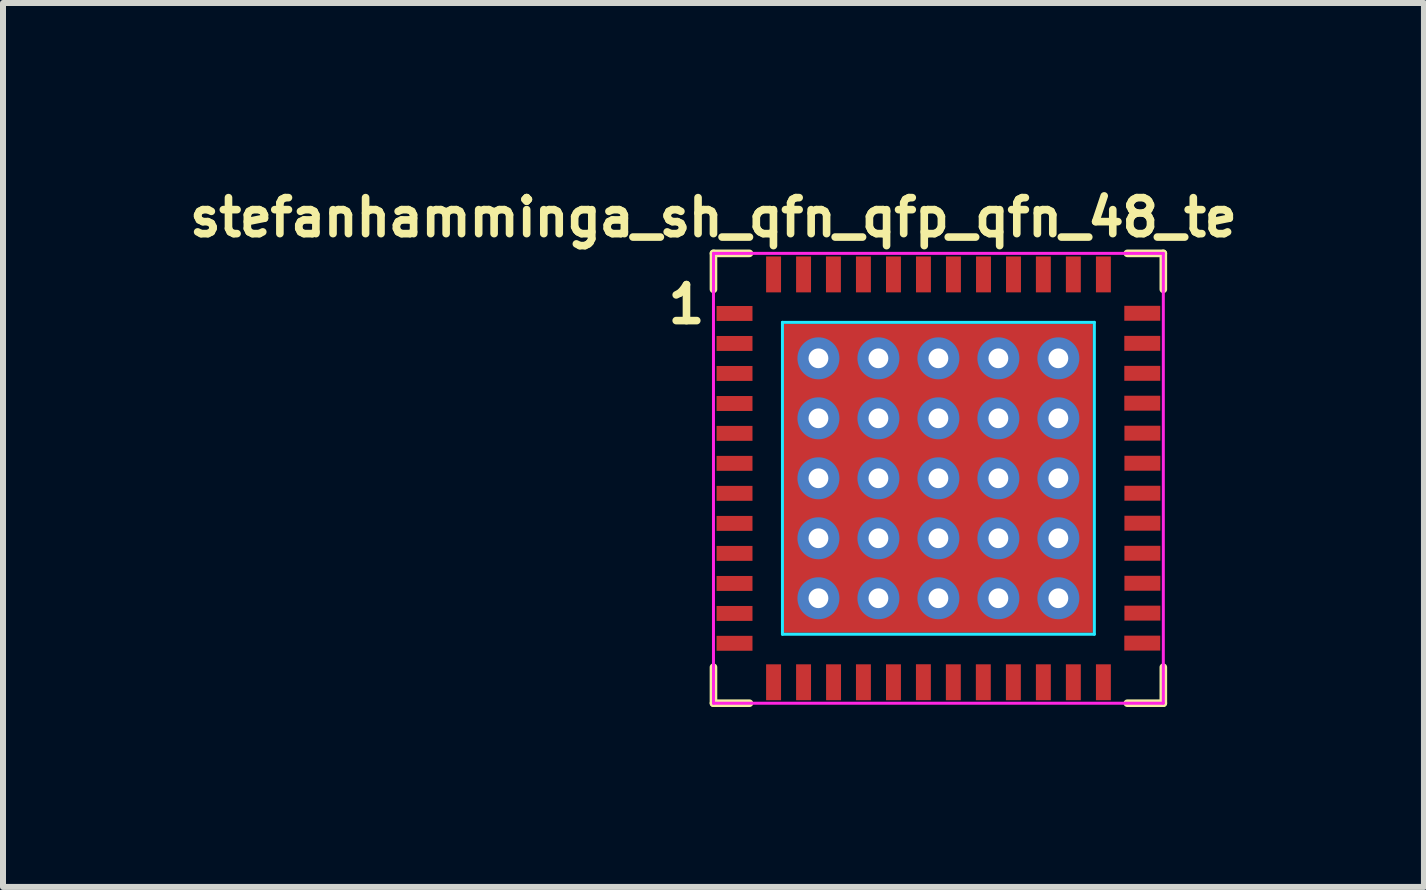
<source format=kicad_pcb>
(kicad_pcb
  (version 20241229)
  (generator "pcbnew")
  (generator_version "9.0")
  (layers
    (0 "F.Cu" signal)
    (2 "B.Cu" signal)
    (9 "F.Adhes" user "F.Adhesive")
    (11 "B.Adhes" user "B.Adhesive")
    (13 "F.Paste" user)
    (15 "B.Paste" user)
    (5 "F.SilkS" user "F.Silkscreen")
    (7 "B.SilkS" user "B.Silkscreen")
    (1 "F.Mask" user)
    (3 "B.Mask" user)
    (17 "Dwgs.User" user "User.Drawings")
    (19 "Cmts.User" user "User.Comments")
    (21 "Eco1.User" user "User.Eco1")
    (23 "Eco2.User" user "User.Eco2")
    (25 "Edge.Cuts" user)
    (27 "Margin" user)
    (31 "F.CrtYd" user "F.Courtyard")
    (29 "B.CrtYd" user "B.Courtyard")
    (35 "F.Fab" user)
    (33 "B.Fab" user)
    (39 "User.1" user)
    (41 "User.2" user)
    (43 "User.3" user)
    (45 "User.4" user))
  (footprint "stefanhamminga_sh_qfn_qfp_qfn_48_te"
    (layer "F.Cu")
    (at 12.595 4.924)
    (property "Reference" "stefanhamminga_sh_qfn_qfp_qfn_48_te" (at -3.75 -4.35 180) (layer "F.SilkS") (effects (font (size 0.6 0.6) (thickness 0.127))))
    (attr smd)
    (fp_line (start -3.75 -3.75) (end -3.75 -3.15) (stroke (width 0.127) (type solid)) (layer "F.SilkS"))
    (fp_line (start -3.75 3.15) (end -3.75 3.75) (stroke (width 0.127) (type solid)) (layer "F.SilkS"))
    (fp_line (start -3.75 3.75) (end -3.15 3.75) (stroke (width 0.127) (type solid)) (layer "F.SilkS"))
    (fp_line (start -3.15 -3.75) (end -3.75 -3.75) (stroke (width 0.127) (type solid)) (layer "F.SilkS"))
    (fp_line (start 3.75 -3.75) (end 3.15 -3.75) (stroke (width 0.127) (type solid)) (layer "F.SilkS"))
    (fp_line (start 3.75 -3.15) (end 3.75 -3.75) (stroke (width 0.127) (type solid)) (layer "F.SilkS"))
    (fp_line (start 3.75 3.15) (end 3.75 3.75) (stroke (width 0.127) (type solid)) (layer "F.SilkS"))
    (fp_line (start 3.75 3.75) (end 3.15 3.75) (stroke (width 0.127) (type solid)) (layer "F.SilkS"))
    (fp_line (start -2.6 -2.6) (end 2.6 -2.6) (stroke (width 0.05) (type solid)) (layer "B.CrtYd"))
    (fp_line (start -2.6 2.6) (end -2.6 -2.6) (stroke (width 0.05) (type solid)) (layer "B.CrtYd"))
    (fp_line (start 2.6 -2.6) (end 2.6 2.6) (stroke (width 0.05) (type solid)) (layer "B.CrtYd"))
    (fp_line (start 2.6 2.6) (end -2.6 2.6) (stroke (width 0.05) (type solid)) (layer "B.CrtYd"))
    (fp_line (start -3.75 -3.75) (end 3.75 -3.75) (stroke (width 0.05) (type solid)) (layer "F.CrtYd"))
    (fp_line (start -3.75 3.75) (end -3.75 -3.75) (stroke (width 0.05) (type solid)) (layer "F.CrtYd"))
    (fp_line (start 3.75 -3.75) (end 3.75 3.75) (stroke (width 0.05) (type solid)) (layer "F.CrtYd"))
    (fp_line (start 3.75 3.75) (end -3.75 3.75) (stroke (width 0.05) (type solid)) (layer "F.CrtYd"))
    (fp_text user "1" (at -4.2 -2.9 0) (layer "F.SilkS") (effects (font (size 0.6 0.6) (thickness 0.127))))
    (pad "1" smd rect (at -3.399 -2.748) (size 0.599 0.249) (layers "F.Cu" "F.Mask" "F.Paste"))
    (pad "2" smd rect (at -3.399 -2.248) (size 0.599 0.249) (layers "F.Cu" "F.Mask" "F.Paste"))
    (pad "3" smd rect (at -3.399 -1.748) (size 0.599 0.249) (layers "F.Cu" "F.Mask" "F.Paste"))
    (pad "4" smd rect (at -3.399 -1.247) (size 0.599 0.249) (layers "F.Cu" "F.Mask" "F.Paste"))
    (pad "5" smd rect (at -3.399 -0.749) (size 0.599 0.249) (layers "F.Cu" "F.Mask" "F.Paste"))
    (pad "6" smd rect (at -3.399 -0.249) (size 0.599 0.249) (layers "F.Cu" "F.Mask" "F.Paste"))
    (pad "7" smd rect (at -3.399 0.251) (size 0.599 0.249) (layers "F.Cu" "F.Mask" "F.Paste"))
    (pad "8" smd rect (at -3.399 0.752) (size 0.599 0.249) (layers "F.Cu" "F.Mask" "F.Paste"))
    (pad "9" smd rect (at -3.399 1.252) (size 0.599 0.249) (layers "F.Cu" "F.Mask" "F.Paste"))
    (pad "10" smd rect (at -3.399 1.753) (size 0.599 0.249) (layers "F.Cu" "F.Mask" "F.Paste"))
    (pad "11" smd rect (at -3.399 2.253) (size 0.599 0.249) (layers "F.Cu" "F.Mask" "F.Paste"))
    (pad "12" smd rect (at -3.399 2.751) (size 0.599 0.249) (layers "F.Cu" "F.Mask" "F.Paste"))
    (pad "13" smd rect (at -2.748 3.401) (size 0.249 0.599) (layers "F.Cu" "F.Mask" "F.Paste"))
    (pad "14" smd rect (at -2.248 3.401) (size 0.249 0.599) (layers "F.Cu" "F.Mask" "F.Paste"))
    (pad "15" smd rect (at -1.748 3.401) (size 0.249 0.599) (layers "F.Cu" "F.Mask" "F.Paste"))
    (pad "16" smd rect (at -1.25 3.401) (size 0.249 0.599) (layers "F.Cu" "F.Mask" "F.Paste"))
    (pad "17" smd rect (at -0.749 3.401) (size 0.249 0.599) (layers "F.Cu" "F.Mask" "F.Paste"))
    (pad "18" smd rect (at -0.25 3.4) (size 0.249 0.599) (layers "F.Cu" "F.Mask" "F.Paste"))
    (pad "19" smd rect (at 0.249 3.401) (size 0.249 0.599) (layers "F.Cu" "F.Mask" "F.Paste"))
    (pad "20" smd rect (at 0.749 3.401) (size 0.249 0.599) (layers "F.Cu" "F.Mask" "F.Paste"))
    (pad "21" smd rect (at 1.25 3.401) (size 0.249 0.599) (layers "F.Cu" "F.Mask" "F.Paste"))
    (pad "22" smd rect (at 1.75 3.401) (size 0.249 0.599) (layers "F.Cu" "F.Mask" "F.Paste"))
    (pad "23" smd rect (at 2.25 3.401) (size 0.249 0.599) (layers "F.Cu" "F.Mask" "F.Paste"))
    (pad "24" smd rect (at 2.751 3.401) (size 0.249 0.599) (layers "F.Cu" "F.Mask" "F.Paste"))
    (pad "25" smd rect (at 3.399 2.748) (size 0.599 0.249) (layers "F.Cu" "F.Mask" "F.Paste"))
    (pad "26" smd rect (at 3.401 2.248) (size 0.599 0.249) (layers "F.Cu" "F.Mask" "F.Paste"))
    (pad "27" smd rect (at 3.401 1.75) (size 0.599 0.249) (layers "F.Cu" "F.Mask" "F.Paste"))
    (pad "28" smd rect (at 3.401 1.25) (size 0.599 0.249) (layers "F.Cu" "F.Mask" "F.Paste"))
    (pad "29" smd rect (at 3.401 0.749) (size 0.599 0.249) (layers "F.Cu" "F.Mask" "F.Paste"))
    (pad "30" smd rect (at 3.401 0.249) (size 0.599 0.249) (layers "F.Cu" "F.Mask" "F.Paste"))
    (pad "31" smd rect (at 3.401 -0.251) (size 0.599 0.249) (layers "F.Cu" "F.Mask" "F.Paste"))
    (pad "32" smd rect (at 3.401 -0.752) (size 0.599 0.249) (layers "F.Cu" "F.Mask" "F.Paste"))
    (pad "33" smd rect (at 3.399 -1.252) (size 0.599 0.249) (layers "F.Cu" "F.Mask" "F.Paste"))
    (pad "34" smd rect (at 3.399 -1.75) (size 0.599 0.249) (layers "F.Cu" "F.Mask" "F.Paste"))
    (pad "35" smd rect (at 3.399 -2.25) (size 0.599 0.249) (layers "F.Cu" "F.Mask" "F.Paste"))
    (pad "36" smd rect (at 3.399 -2.751) (size 0.599 0.249) (layers "F.Cu" "F.Mask" "F.Paste"))
    (pad "37" smd rect (at 2.751 -3.399) (size 0.249 0.599) (layers "F.Cu" "F.Mask" "F.Paste"))
    (pad "38" smd rect (at 2.25 -3.399) (size 0.249 0.599) (layers "F.Cu" "F.Mask" "F.Paste"))
    (pad "39" smd rect (at 1.75 -3.399) (size 0.249 0.599) (layers "F.Cu" "F.Mask" "F.Paste"))
    (pad "40" smd rect (at 1.252 -3.399) (size 0.249 0.599) (layers "F.Cu" "F.Mask" "F.Paste"))
    (pad "41" smd rect (at 0.752 -3.399) (size 0.249 0.599) (layers "F.Cu" "F.Mask" "F.Paste"))
    (pad "42" smd rect (at 0.251 -3.399) (size 0.249 0.599) (layers "F.Cu" "F.Mask" "F.Paste"))
    (pad "43" smd rect (at -0.249 -3.399) (size 0.249 0.599) (layers "F.Cu" "F.Mask" "F.Paste"))
    (pad "44" smd rect (at -0.749 -3.399) (size 0.249 0.599) (layers "F.Cu" "F.Mask" "F.Paste"))
    (pad "45" smd rect (at -1.25 -3.399) (size 0.249 0.599) (layers "F.Cu" "F.Mask" "F.Paste"))
    (pad "46" smd rect (at -1.75 -3.399) (size 0.249 0.599) (layers "F.Cu" "F.Mask" "F.Paste"))
    (pad "47" smd rect (at -2.248 -3.399) (size 0.249 0.599) (layers "F.Cu" "F.Mask" "F.Paste"))
    (pad "48" smd rect (at -2.748 -3.399) (size 0.249 0.599) (layers "F.Cu" "F.Mask" "F.Paste"))
    (pad "49" thru_hole circle (at -2 -2) (size 0.7 0.7) (drill 0.33) (layers "*.Cu" "F.Mask"))
    (pad "49" thru_hole circle (at -2 -1) (size 0.7 0.7) (drill 0.33) (layers "*.Cu" "F.Mask"))
    (pad "49" thru_hole circle (at -2 0) (size 0.7 0.7) (drill 0.33) (layers "*.Cu" "F.Mask"))
    (pad "49" thru_hole circle (at -2 1) (size 0.7 0.7) (drill 0.33) (layers "*.Cu" "F.Mask"))
    (pad "49" thru_hole circle (at -2 2) (size 0.7 0.7) (drill 0.33) (layers "*.Cu" "F.Mask"))
    (pad "49" smd oval (at -1.5 -1.5) (size 1 0.8) (layers "F.Cu" "F.Mask" "F.Paste"))
    (pad "49" smd oval (at -1.5 -0.5) (size 1 0.8) (layers "F.Cu" "F.Mask" "F.Paste"))
    (pad "49" smd oval (at -1.5 0.5) (size 1 0.8) (layers "F.Cu" "F.Mask" "F.Paste"))
    (pad "49" smd oval (at -1.5 1.5) (size 1 0.8) (layers "F.Cu" "F.Mask" "F.Paste"))
    (pad "49" thru_hole circle (at -1 -2) (size 0.7 0.7) (drill 0.33) (layers "*.Cu" "F.Mask"))
    (pad "49" thru_hole circle (at -1 -1) (size 0.7 0.7) (drill 0.33) (layers "*.Cu" "F.Mask"))
    (pad "49" thru_hole circle (at -1 0) (size 0.7 0.7) (drill 0.33) (layers "*.Cu" "F.Mask"))
    (pad "49" thru_hole circle (at -1 1) (size 0.7 0.7) (drill 0.33) (layers "*.Cu" "F.Mask"))
    (pad "49" thru_hole circle (at -1 2) (size 0.7 0.7) (drill 0.33) (layers "*.Cu" "F.Mask"))
    (pad "49" smd oval (at -0.5 -1.5) (size 1 0.8) (layers "F.Cu" "F.Mask" "F.Paste"))
    (pad "49" smd oval (at -0.5 -0.5) (size 1 0.8) (layers "F.Cu" "F.Mask" "F.Paste"))
    (pad "49" smd oval (at -0.5 0.5) (size 1 0.8) (layers "F.Cu" "F.Mask" "F.Paste"))
    (pad "49" smd oval (at -0.5 1.5) (size 1 0.8) (layers "F.Cu" "F.Mask" "F.Paste"))
    (pad "49" smd oval (at 0 -2.35) (size 5 0.3) (layers "F.Cu" "F.Mask" "F.Paste"))
    (pad "49" thru_hole circle (at 0 -2) (size 0.7 0.7) (drill 0.33) (layers "*.Cu" "F.Mask"))
    (pad "49" smd oval (at 0 -1.5) (size 5 0.6) (layers "F.Cu" "F.Mask" "F.Paste"))
    (pad "49" thru_hole circle (at 0 -1) (size 0.7 0.7) (drill 0.33) (layers "*.Cu" "F.Mask"))
    (pad "49" smd oval (at 0 -0.5) (size 5 0.6) (layers "F.Cu" "F.Mask" "F.Paste"))
    (pad "49" thru_hole circle (at 0 0) (size 0.7 0.7) (drill 0.33) (layers "*.Cu" "F.Mask"))
    (pad "49" smd rect (at 0 0 270) (size 5.15 5.15) (layers "F.Cu" "F.Mask"))
    (pad "49" smd oval (at 0 0.5) (size 5 0.6) (layers "F.Cu" "F.Mask" "F.Paste"))
    (pad "49" thru_hole circle (at 0 1) (size 0.7 0.7) (drill 0.33) (layers "*.Cu" "F.Mask"))
    (pad "49" smd oval (at 0 1.5) (size 5 0.6) (layers "F.Cu" "F.Mask" "F.Paste"))
    (pad "49" thru_hole circle (at 0 2) (size 0.7 0.7) (drill 0.33) (layers "*.Cu" "F.Mask"))
    (pad "49" smd oval (at 0 2.35) (size 5 0.3) (layers "F.Cu" "F.Mask" "F.Paste"))
    (pad "49" smd oval (at 0.5 -1.5) (size 1 0.8) (layers "F.Cu" "F.Mask" "F.Paste"))
    (pad "49" smd oval (at 0.5 -0.5) (size 1 0.8) (layers "F.Cu" "F.Mask" "F.Paste"))
    (pad "49" smd oval (at 0.5 0.5) (size 1 0.8) (layers "F.Cu" "F.Mask" "F.Paste"))
    (pad "49" smd oval (at 0.5 1.5) (size 1 0.8) (layers "F.Cu" "F.Mask" "F.Paste"))
    (pad "49" thru_hole circle (at 1 -2) (size 0.7 0.7) (drill 0.33) (layers "*.Cu" "F.Mask"))
    (pad "49" thru_hole circle (at 1 -1) (size 0.7 0.7) (drill 0.33) (layers "*.Cu" "F.Mask"))
    (pad "49" thru_hole circle (at 1 0) (size 0.7 0.7) (drill 0.33) (layers "*.Cu" "F.Mask"))
    (pad "49" thru_hole circle (at 1 1) (size 0.7 0.7) (drill 0.33) (layers "*.Cu" "F.Mask"))
    (pad "49" thru_hole circle (at 1 2) (size 0.7 0.7) (drill 0.33) (layers "*.Cu" "F.Mask"))
    (pad "49" smd oval (at 1.5 -1.5) (size 1 0.8) (layers "F.Cu" "F.Mask" "F.Paste"))
    (pad "49" smd oval (at 1.5 -0.5) (size 1 0.8) (layers "F.Cu" "F.Mask" "F.Paste"))
    (pad "49" smd oval (at 1.5 0.5) (size 1 0.8) (layers "F.Cu" "F.Mask" "F.Paste"))
    (pad "49" smd oval (at 1.5 1.5) (size 1 0.8) (layers "F.Cu" "F.Mask" "F.Paste"))
    (pad "49" thru_hole circle (at 2 -2) (size 0.7 0.7) (drill 0.33) (layers "*.Cu" "F.Mask"))
    (pad "49" thru_hole circle (at 2 -1) (size 0.7 0.7) (drill 0.33) (layers "*.Cu" "F.Mask"))
    (pad "49" thru_hole circle (at 2 0) (size 0.7 0.7) (drill 0.33) (layers "*.Cu" "F.Mask"))
    (pad "49" thru_hole circle (at 2 1) (size 0.7 0.7) (drill 0.33) (layers "*.Cu" "F.Mask"))
    (pad "49" thru_hole circle (at 2 2) (size 0.7 0.7) (drill 0.33) (layers "*.Cu" "F.Mask")))
  (gr_rect
    (start -3 -3)
    (end 20.69 11.737)
    (stroke (width 0.1) (type default))
    (fill no)
    (layer "Edge.Cuts")))
</source>
